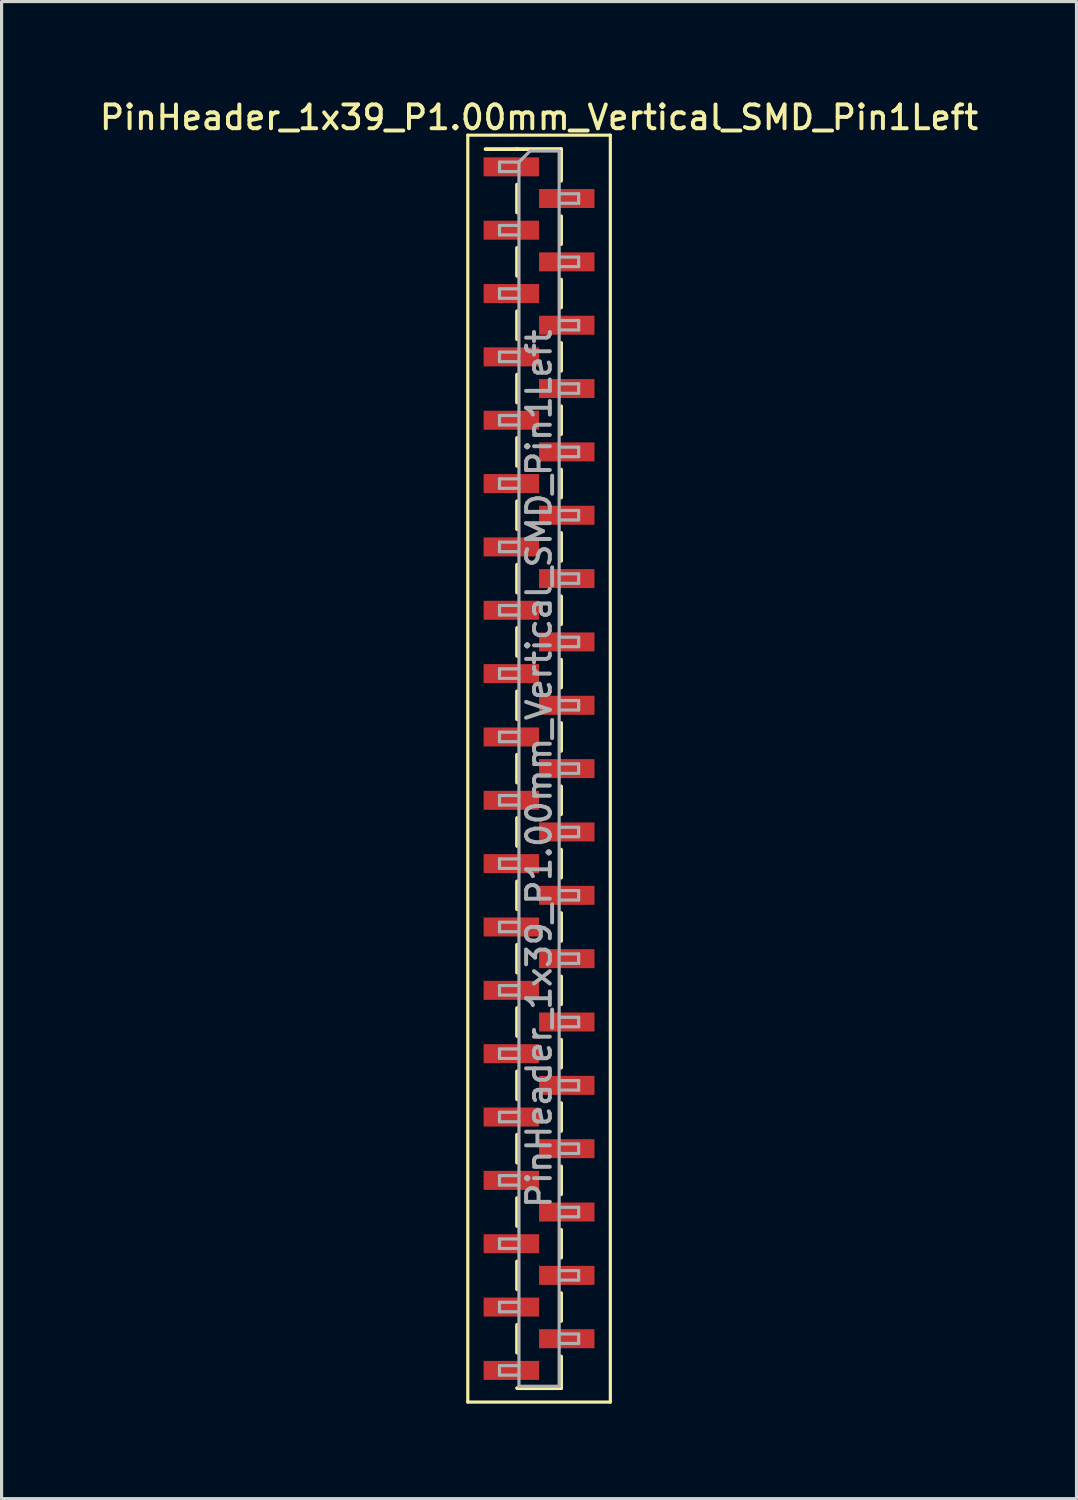
<source format=kicad_pcb>
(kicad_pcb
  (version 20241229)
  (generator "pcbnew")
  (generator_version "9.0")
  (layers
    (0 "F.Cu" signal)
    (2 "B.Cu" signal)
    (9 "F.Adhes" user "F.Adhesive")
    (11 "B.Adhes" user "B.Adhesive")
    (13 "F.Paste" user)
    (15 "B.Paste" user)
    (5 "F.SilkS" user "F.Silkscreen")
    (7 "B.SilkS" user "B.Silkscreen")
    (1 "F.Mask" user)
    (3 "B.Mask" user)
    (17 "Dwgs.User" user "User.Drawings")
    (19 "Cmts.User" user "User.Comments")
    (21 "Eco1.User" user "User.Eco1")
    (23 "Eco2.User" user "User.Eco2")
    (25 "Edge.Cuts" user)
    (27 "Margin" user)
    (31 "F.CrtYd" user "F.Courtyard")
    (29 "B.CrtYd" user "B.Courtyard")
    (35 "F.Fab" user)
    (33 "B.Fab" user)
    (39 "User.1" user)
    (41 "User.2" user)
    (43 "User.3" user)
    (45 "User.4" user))
  (footprint "PinHeader_1x39_P1.00mm_Vertical_SMD_Pin1Left"
    (layer "F.Cu")
    (at 13.97 21.218)
    (property "Reference" "PinHeader_1x39_P1.00mm_Vertical_SMD_Pin1Left" (at 0 -20.56 0) (layer "F.SilkS") (effects (font (size 0.75 0.75) (thickness 0.125))))
    (attr smd)
    (fp_line (start -2.25 -20) (end -2.25 20) (stroke (width 0.1) (type solid)) (layer "F.SilkS"))
    (fp_line (start -2.25 20) (end 2.25 20) (stroke (width 0.1) (type solid)) (layer "F.SilkS"))
    (fp_line (start -0.695 -19.56) (end -1.69 -19.56) (stroke (width 0.12) (type solid)) (layer "F.SilkS"))
    (fp_line (start -0.695 -19.56) (end -0.695 -19.56) (stroke (width 0.12) (type solid)) (layer "F.SilkS"))
    (fp_line (start -0.695 -19.56) (end 0.695 -19.56) (stroke (width 0.12) (type solid)) (layer "F.SilkS"))
    (fp_line (start -0.695 -18.44) (end -0.695 -17.56) (stroke (width 0.12) (type solid)) (layer "F.SilkS"))
    (fp_line (start -0.695 -16.44) (end -0.695 -15.56) (stroke (width 0.12) (type solid)) (layer "F.SilkS"))
    (fp_line (start -0.695 -14.44) (end -0.695 -13.56) (stroke (width 0.12) (type solid)) (layer "F.SilkS"))
    (fp_line (start -0.695 -12.44) (end -0.695 -11.56) (stroke (width 0.12) (type solid)) (layer "F.SilkS"))
    (fp_line (start -0.695 -10.44) (end -0.695 -9.56) (stroke (width 0.12) (type solid)) (layer "F.SilkS"))
    (fp_line (start -0.695 -8.44) (end -0.695 -7.56) (stroke (width 0.12) (type solid)) (layer "F.SilkS"))
    (fp_line (start -0.695 -6.44) (end -0.695 -5.56) (stroke (width 0.12) (type solid)) (layer "F.SilkS"))
    (fp_line (start -0.695 -4.44) (end -0.695 -3.56) (stroke (width 0.12) (type solid)) (layer "F.SilkS"))
    (fp_line (start -0.695 -2.44) (end -0.695 -1.56) (stroke (width 0.12) (type solid)) (layer "F.SilkS"))
    (fp_line (start -0.695 -0.44) (end -0.695 0.44) (stroke (width 0.12) (type solid)) (layer "F.SilkS"))
    (fp_line (start -0.695 1.56) (end -0.695 2.44) (stroke (width 0.12) (type solid)) (layer "F.SilkS"))
    (fp_line (start -0.695 3.56) (end -0.695 4.44) (stroke (width 0.12) (type solid)) (layer "F.SilkS"))
    (fp_line (start -0.695 5.56) (end -0.695 6.44) (stroke (width 0.12) (type solid)) (layer "F.SilkS"))
    (fp_line (start -0.695 7.56) (end -0.695 8.44) (stroke (width 0.12) (type solid)) (layer "F.SilkS"))
    (fp_line (start -0.695 9.56) (end -0.695 10.44) (stroke (width 0.12) (type solid)) (layer "F.SilkS"))
    (fp_line (start -0.695 11.56) (end -0.695 12.44) (stroke (width 0.12) (type solid)) (layer "F.SilkS"))
    (fp_line (start -0.695 13.56) (end -0.695 14.44) (stroke (width 0.12) (type solid)) (layer "F.SilkS"))
    (fp_line (start -0.695 15.56) (end -0.695 16.44) (stroke (width 0.12) (type solid)) (layer "F.SilkS"))
    (fp_line (start -0.695 17.56) (end -0.695 18.44) (stroke (width 0.12) (type solid)) (layer "F.SilkS"))
    (fp_line (start -0.695 19.56) (end 0.695 19.56) (stroke (width 0.12) (type solid)) (layer "F.SilkS"))
    (fp_line (start 0.695 -19.56) (end 0.695 -18.56) (stroke (width 0.12) (type solid)) (layer "F.SilkS"))
    (fp_line (start 0.695 -17.44) (end 0.695 -16.56) (stroke (width 0.12) (type solid)) (layer "F.SilkS"))
    (fp_line (start 0.695 -15.44) (end 0.695 -14.56) (stroke (width 0.12) (type solid)) (layer "F.SilkS"))
    (fp_line (start 0.695 -13.44) (end 0.695 -12.56) (stroke (width 0.12) (type solid)) (layer "F.SilkS"))
    (fp_line (start 0.695 -11.44) (end 0.695 -10.56) (stroke (width 0.12) (type solid)) (layer "F.SilkS"))
    (fp_line (start 0.695 -9.44) (end 0.695 -8.56) (stroke (width 0.12) (type solid)) (layer "F.SilkS"))
    (fp_line (start 0.695 -7.44) (end 0.695 -6.56) (stroke (width 0.12) (type solid)) (layer "F.SilkS"))
    (fp_line (start 0.695 -5.44) (end 0.695 -4.56) (stroke (width 0.12) (type solid)) (layer "F.SilkS"))
    (fp_line (start 0.695 -3.44) (end 0.695 -2.56) (stroke (width 0.12) (type solid)) (layer "F.SilkS"))
    (fp_line (start 0.695 -1.44) (end 0.695 -0.56) (stroke (width 0.12) (type solid)) (layer "F.SilkS"))
    (fp_line (start 0.695 0.56) (end 0.695 1.44) (stroke (width 0.12) (type solid)) (layer "F.SilkS"))
    (fp_line (start 0.695 2.56) (end 0.695 3.44) (stroke (width 0.12) (type solid)) (layer "F.SilkS"))
    (fp_line (start 0.695 4.56) (end 0.695 5.44) (stroke (width 0.12) (type solid)) (layer "F.SilkS"))
    (fp_line (start 0.695 6.56) (end 0.695 7.44) (stroke (width 0.12) (type solid)) (layer "F.SilkS"))
    (fp_line (start 0.695 8.56) (end 0.695 9.44) (stroke (width 0.12) (type solid)) (layer "F.SilkS"))
    (fp_line (start 0.695 10.56) (end 0.695 11.44) (stroke (width 0.12) (type solid)) (layer "F.SilkS"))
    (fp_line (start 0.695 12.56) (end 0.695 13.44) (stroke (width 0.12) (type solid)) (layer "F.SilkS"))
    (fp_line (start 0.695 14.56) (end 0.695 15.44) (stroke (width 0.12) (type solid)) (layer "F.SilkS"))
    (fp_line (start 0.695 16.56) (end 0.695 17.44) (stroke (width 0.12) (type solid)) (layer "F.SilkS"))
    (fp_line (start 0.695 18.56) (end 0.695 19.56) (stroke (width 0.12) (type solid)) (layer "F.SilkS"))
    (fp_line (start 0.695 19.56) (end 0.695 19.56) (stroke (width 0.12) (type solid)) (layer "F.SilkS"))
    (fp_line (start 2.25 -20) (end -2.25 -20) (stroke (width 0.1) (type solid)) (layer "F.SilkS"))
    (fp_line (start 2.25 20) (end 2.25 -20) (stroke (width 0.1) (type solid)) (layer "F.SilkS"))
    (fp_line (start -1.25 -19.15) (end -1.25 -18.85) (stroke (width 0.1) (type solid)) (layer "F.Fab"))
    (fp_line (start -1.25 -18.85) (end -0.635 -18.85) (stroke (width 0.1) (type solid)) (layer "F.Fab"))
    (fp_line (start -1.25 -17.15) (end -1.25 -16.85) (stroke (width 0.1) (type solid)) (layer "F.Fab"))
    (fp_line (start -1.25 -16.85) (end -0.635 -16.85) (stroke (width 0.1) (type solid)) (layer "F.Fab"))
    (fp_line (start -1.25 -15.15) (end -1.25 -14.85) (stroke (width 0.1) (type solid)) (layer "F.Fab"))
    (fp_line (start -1.25 -14.85) (end -0.635 -14.85) (stroke (width 0.1) (type solid)) (layer "F.Fab"))
    (fp_line (start -1.25 -13.15) (end -1.25 -12.85) (stroke (width 0.1) (type solid)) (layer "F.Fab"))
    (fp_line (start -1.25 -12.85) (end -0.635 -12.85) (stroke (width 0.1) (type solid)) (layer "F.Fab"))
    (fp_line (start -1.25 -11.15) (end -1.25 -10.85) (stroke (width 0.1) (type solid)) (layer "F.Fab"))
    (fp_line (start -1.25 -10.85) (end -0.635 -10.85) (stroke (width 0.1) (type solid)) (layer "F.Fab"))
    (fp_line (start -1.25 -9.15) (end -1.25 -8.85) (stroke (width 0.1) (type solid)) (layer "F.Fab"))
    (fp_line (start -1.25 -8.85) (end -0.635 -8.85) (stroke (width 0.1) (type solid)) (layer "F.Fab"))
    (fp_line (start -1.25 -7.15) (end -1.25 -6.85) (stroke (width 0.1) (type solid)) (layer "F.Fab"))
    (fp_line (start -1.25 -6.85) (end -0.635 -6.85) (stroke (width 0.1) (type solid)) (layer "F.Fab"))
    (fp_line (start -1.25 -5.15) (end -1.25 -4.85) (stroke (width 0.1) (type solid)) (layer "F.Fab"))
    (fp_line (start -1.25 -4.85) (end -0.635 -4.85) (stroke (width 0.1) (type solid)) (layer "F.Fab"))
    (fp_line (start -1.25 -3.15) (end -1.25 -2.85) (stroke (width 0.1) (type solid)) (layer "F.Fab"))
    (fp_line (start -1.25 -2.85) (end -0.635 -2.85) (stroke (width 0.1) (type solid)) (layer "F.Fab"))
    (fp_line (start -1.25 -1.15) (end -1.25 -0.85) (stroke (width 0.1) (type solid)) (layer "F.Fab"))
    (fp_line (start -1.25 -0.85) (end -0.635 -0.85) (stroke (width 0.1) (type solid)) (layer "F.Fab"))
    (fp_line (start -1.25 0.85) (end -1.25 1.15) (stroke (width 0.1) (type solid)) (layer "F.Fab"))
    (fp_line (start -1.25 1.15) (end -0.635 1.15) (stroke (width 0.1) (type solid)) (layer "F.Fab"))
    (fp_line (start -1.25 2.85) (end -1.25 3.15) (stroke (width 0.1) (type solid)) (layer "F.Fab"))
    (fp_line (start -1.25 3.15) (end -0.635 3.15) (stroke (width 0.1) (type solid)) (layer "F.Fab"))
    (fp_line (start -1.25 4.85) (end -1.25 5.15) (stroke (width 0.1) (type solid)) (layer "F.Fab"))
    (fp_line (start -1.25 5.15) (end -0.635 5.15) (stroke (width 0.1) (type solid)) (layer "F.Fab"))
    (fp_line (start -1.25 6.85) (end -1.25 7.15) (stroke (width 0.1) (type solid)) (layer "F.Fab"))
    (fp_line (start -1.25 7.15) (end -0.635 7.15) (stroke (width 0.1) (type solid)) (layer "F.Fab"))
    (fp_line (start -1.25 8.85) (end -1.25 9.15) (stroke (width 0.1) (type solid)) (layer "F.Fab"))
    (fp_line (start -1.25 9.15) (end -0.635 9.15) (stroke (width 0.1) (type solid)) (layer "F.Fab"))
    (fp_line (start -1.25 10.85) (end -1.25 11.15) (stroke (width 0.1) (type solid)) (layer "F.Fab"))
    (fp_line (start -1.25 11.15) (end -0.635 11.15) (stroke (width 0.1) (type solid)) (layer "F.Fab"))
    (fp_line (start -1.25 12.85) (end -1.25 13.15) (stroke (width 0.1) (type solid)) (layer "F.Fab"))
    (fp_line (start -1.25 13.15) (end -0.635 13.15) (stroke (width 0.1) (type solid)) (layer "F.Fab"))
    (fp_line (start -1.25 14.85) (end -1.25 15.15) (stroke (width 0.1) (type solid)) (layer "F.Fab"))
    (fp_line (start -1.25 15.15) (end -0.635 15.15) (stroke (width 0.1) (type solid)) (layer "F.Fab"))
    (fp_line (start -1.25 16.85) (end -1.25 17.15) (stroke (width 0.1) (type solid)) (layer "F.Fab"))
    (fp_line (start -1.25 17.15) (end -0.635 17.15) (stroke (width 0.1) (type solid)) (layer "F.Fab"))
    (fp_line (start -1.25 18.85) (end -1.25 19.15) (stroke (width 0.1) (type solid)) (layer "F.Fab"))
    (fp_line (start -1.25 19.15) (end -0.635 19.15) (stroke (width 0.1) (type solid)) (layer "F.Fab"))
    (fp_line (start -0.635 -19.15) (end -1.25 -19.15) (stroke (width 0.1) (type solid)) (layer "F.Fab"))
    (fp_line (start -0.635 -19.15) (end -0.285 -19.5) (stroke (width 0.1) (type solid)) (layer "F.Fab"))
    (fp_line (start -0.635 -17.15) (end -1.25 -17.15) (stroke (width 0.1) (type solid)) (layer "F.Fab"))
    (fp_line (start -0.635 -15.15) (end -1.25 -15.15) (stroke (width 0.1) (type solid)) (layer "F.Fab"))
    (fp_line (start -0.635 -13.15) (end -1.25 -13.15) (stroke (width 0.1) (type solid)) (layer "F.Fab"))
    (fp_line (start -0.635 -11.15) (end -1.25 -11.15) (stroke (width 0.1) (type solid)) (layer "F.Fab"))
    (fp_line (start -0.635 -9.15) (end -1.25 -9.15) (stroke (width 0.1) (type solid)) (layer "F.Fab"))
    (fp_line (start -0.635 -7.15) (end -1.25 -7.15) (stroke (width 0.1) (type solid)) (layer "F.Fab"))
    (fp_line (start -0.635 -5.15) (end -1.25 -5.15) (stroke (width 0.1) (type solid)) (layer "F.Fab"))
    (fp_line (start -0.635 -3.15) (end -1.25 -3.15) (stroke (width 0.1) (type solid)) (layer "F.Fab"))
    (fp_line (start -0.635 -1.15) (end -1.25 -1.15) (stroke (width 0.1) (type solid)) (layer "F.Fab"))
    (fp_line (start -0.635 0.85) (end -1.25 0.85) (stroke (width 0.1) (type solid)) (layer "F.Fab"))
    (fp_line (start -0.635 2.85) (end -1.25 2.85) (stroke (width 0.1) (type solid)) (layer "F.Fab"))
    (fp_line (start -0.635 4.85) (end -1.25 4.85) (stroke (width 0.1) (type solid)) (layer "F.Fab"))
    (fp_line (start -0.635 6.85) (end -1.25 6.85) (stroke (width 0.1) (type solid)) (layer "F.Fab"))
    (fp_line (start -0.635 8.85) (end -1.25 8.85) (stroke (width 0.1) (type solid)) (layer "F.Fab"))
    (fp_line (start -0.635 10.85) (end -1.25 10.85) (stroke (width 0.1) (type solid)) (layer "F.Fab"))
    (fp_line (start -0.635 12.85) (end -1.25 12.85) (stroke (width 0.1) (type solid)) (layer "F.Fab"))
    (fp_line (start -0.635 14.85) (end -1.25 14.85) (stroke (width 0.1) (type solid)) (layer "F.Fab"))
    (fp_line (start -0.635 16.85) (end -1.25 16.85) (stroke (width 0.1) (type solid)) (layer "F.Fab"))
    (fp_line (start -0.635 18.85) (end -1.25 18.85) (stroke (width 0.1) (type solid)) (layer "F.Fab"))
    (fp_line (start -0.635 19.5) (end -0.635 -19.15) (stroke (width 0.1) (type solid)) (layer "F.Fab"))
    (fp_line (start -0.285 -19.5) (end 0.635 -19.5) (stroke (width 0.1) (type solid)) (layer "F.Fab"))
    (fp_line (start 0.635 -19.5) (end 0.635 19.5) (stroke (width 0.1) (type solid)) (layer "F.Fab"))
    (fp_line (start 0.635 -18.15) (end 1.25 -18.15) (stroke (width 0.1) (type solid)) (layer "F.Fab"))
    (fp_line (start 0.635 -16.15) (end 1.25 -16.15) (stroke (width 0.1) (type solid)) (layer "F.Fab"))
    (fp_line (start 0.635 -14.15) (end 1.25 -14.15) (stroke (width 0.1) (type solid)) (layer "F.Fab"))
    (fp_line (start 0.635 -12.15) (end 1.25 -12.15) (stroke (width 0.1) (type solid)) (layer "F.Fab"))
    (fp_line (start 0.635 -10.15) (end 1.25 -10.15) (stroke (width 0.1) (type solid)) (layer "F.Fab"))
    (fp_line (start 0.635 -8.15) (end 1.25 -8.15) (stroke (width 0.1) (type solid)) (layer "F.Fab"))
    (fp_line (start 0.635 -6.15) (end 1.25 -6.15) (stroke (width 0.1) (type solid)) (layer "F.Fab"))
    (fp_line (start 0.635 -4.15) (end 1.25 -4.15) (stroke (width 0.1) (type solid)) (layer "F.Fab"))
    (fp_line (start 0.635 -2.15) (end 1.25 -2.15) (stroke (width 0.1) (type solid)) (layer "F.Fab"))
    (fp_line (start 0.635 -0.15) (end 1.25 -0.15) (stroke (width 0.1) (type solid)) (layer "F.Fab"))
    (fp_line (start 0.635 1.85) (end 1.25 1.85) (stroke (width 0.1) (type solid)) (layer "F.Fab"))
    (fp_line (start 0.635 3.85) (end 1.25 3.85) (stroke (width 0.1) (type solid)) (layer "F.Fab"))
    (fp_line (start 0.635 5.85) (end 1.25 5.85) (stroke (width 0.1) (type solid)) (layer "F.Fab"))
    (fp_line (start 0.635 7.85) (end 1.25 7.85) (stroke (width 0.1) (type solid)) (layer "F.Fab"))
    (fp_line (start 0.635 9.85) (end 1.25 9.85) (stroke (width 0.1) (type solid)) (layer "F.Fab"))
    (fp_line (start 0.635 11.85) (end 1.25 11.85) (stroke (width 0.1) (type solid)) (layer "F.Fab"))
    (fp_line (start 0.635 13.85) (end 1.25 13.85) (stroke (width 0.1) (type solid)) (layer "F.Fab"))
    (fp_line (start 0.635 15.85) (end 1.25 15.85) (stroke (width 0.1) (type solid)) (layer "F.Fab"))
    (fp_line (start 0.635 17.85) (end 1.25 17.85) (stroke (width 0.1) (type solid)) (layer "F.Fab"))
    (fp_line (start 0.635 19.5) (end -0.635 19.5) (stroke (width 0.1) (type solid)) (layer "F.Fab"))
    (fp_line (start 1.25 -18.15) (end 1.25 -17.85) (stroke (width 0.1) (type solid)) (layer "F.Fab"))
    (fp_line (start 1.25 -17.85) (end 0.635 -17.85) (stroke (width 0.1) (type solid)) (layer "F.Fab"))
    (fp_line (start 1.25 -16.15) (end 1.25 -15.85) (stroke (width 0.1) (type solid)) (layer "F.Fab"))
    (fp_line (start 1.25 -15.85) (end 0.635 -15.85) (stroke (width 0.1) (type solid)) (layer "F.Fab"))
    (fp_line (start 1.25 -14.15) (end 1.25 -13.85) (stroke (width 0.1) (type solid)) (layer "F.Fab"))
    (fp_line (start 1.25 -13.85) (end 0.635 -13.85) (stroke (width 0.1) (type solid)) (layer "F.Fab"))
    (fp_line (start 1.25 -12.15) (end 1.25 -11.85) (stroke (width 0.1) (type solid)) (layer "F.Fab"))
    (fp_line (start 1.25 -11.85) (end 0.635 -11.85) (stroke (width 0.1) (type solid)) (layer "F.Fab"))
    (fp_line (start 1.25 -10.15) (end 1.25 -9.85) (stroke (width 0.1) (type solid)) (layer "F.Fab"))
    (fp_line (start 1.25 -9.85) (end 0.635 -9.85) (stroke (width 0.1) (type solid)) (layer "F.Fab"))
    (fp_line (start 1.25 -8.15) (end 1.25 -7.85) (stroke (width 0.1) (type solid)) (layer "F.Fab"))
    (fp_line (start 1.25 -7.85) (end 0.635 -7.85) (stroke (width 0.1) (type solid)) (layer "F.Fab"))
    (fp_line (start 1.25 -6.15) (end 1.25 -5.85) (stroke (width 0.1) (type solid)) (layer "F.Fab"))
    (fp_line (start 1.25 -5.85) (end 0.635 -5.85) (stroke (width 0.1) (type solid)) (layer "F.Fab"))
    (fp_line (start 1.25 -4.15) (end 1.25 -3.85) (stroke (width 0.1) (type solid)) (layer "F.Fab"))
    (fp_line (start 1.25 -3.85) (end 0.635 -3.85) (stroke (width 0.1) (type solid)) (layer "F.Fab"))
    (fp_line (start 1.25 -2.15) (end 1.25 -1.85) (stroke (width 0.1) (type solid)) (layer "F.Fab"))
    (fp_line (start 1.25 -1.85) (end 0.635 -1.85) (stroke (width 0.1) (type solid)) (layer "F.Fab"))
    (fp_line (start 1.25 -0.15) (end 1.25 0.15) (stroke (width 0.1) (type solid)) (layer "F.Fab"))
    (fp_line (start 1.25 0.15) (end 0.635 0.15) (stroke (width 0.1) (type solid)) (layer "F.Fab"))
    (fp_line (start 1.25 1.85) (end 1.25 2.15) (stroke (width 0.1) (type solid)) (layer "F.Fab"))
    (fp_line (start 1.25 2.15) (end 0.635 2.15) (stroke (width 0.1) (type solid)) (layer "F.Fab"))
    (fp_line (start 1.25 3.85) (end 1.25 4.15) (stroke (width 0.1) (type solid)) (layer "F.Fab"))
    (fp_line (start 1.25 4.15) (end 0.635 4.15) (stroke (width 0.1) (type solid)) (layer "F.Fab"))
    (fp_line (start 1.25 5.85) (end 1.25 6.15) (stroke (width 0.1) (type solid)) (layer "F.Fab"))
    (fp_line (start 1.25 6.15) (end 0.635 6.15) (stroke (width 0.1) (type solid)) (layer "F.Fab"))
    (fp_line (start 1.25 7.85) (end 1.25 8.15) (stroke (width 0.1) (type solid)) (layer "F.Fab"))
    (fp_line (start 1.25 8.15) (end 0.635 8.15) (stroke (width 0.1) (type solid)) (layer "F.Fab"))
    (fp_line (start 1.25 9.85) (end 1.25 10.15) (stroke (width 0.1) (type solid)) (layer "F.Fab"))
    (fp_line (start 1.25 10.15) (end 0.635 10.15) (stroke (width 0.1) (type solid)) (layer "F.Fab"))
    (fp_line (start 1.25 11.85) (end 1.25 12.15) (stroke (width 0.1) (type solid)) (layer "F.Fab"))
    (fp_line (start 1.25 12.15) (end 0.635 12.15) (stroke (width 0.1) (type solid)) (layer "F.Fab"))
    (fp_line (start 1.25 13.85) (end 1.25 14.15) (stroke (width 0.1) (type solid)) (layer "F.Fab"))
    (fp_line (start 1.25 14.15) (end 0.635 14.15) (stroke (width 0.1) (type solid)) (layer "F.Fab"))
    (fp_line (start 1.25 15.85) (end 1.25 16.15) (stroke (width 0.1) (type solid)) (layer "F.Fab"))
    (fp_line (start 1.25 16.15) (end 0.635 16.15) (stroke (width 0.1) (type solid)) (layer "F.Fab"))
    (fp_line (start 1.25 17.85) (end 1.25 18.15) (stroke (width 0.1) (type solid)) (layer "F.Fab"))
    (fp_line (start 1.25 18.15) (end 0.635 18.15) (stroke (width 0.1) (type solid)) (layer "F.Fab"))
    (fp_text user "${REFERENCE}" (at 0 0 90) (layer "F.Fab") (effects (font (size 0.75 0.75) (thickness 0.125))))
    (pad "1" smd rect (at -0.875 -19) (size 1.75 0.6) (layers "F.Cu" "F.Mask" "F.Paste"))
    (pad "2" smd rect (at 0.875 -18) (size 1.75 0.6) (layers "F.Cu" "F.Mask" "F.Paste"))
    (pad "3" smd rect (at -0.875 -17) (size 1.75 0.6) (layers "F.Cu" "F.Mask" "F.Paste"))
    (pad "4" smd rect (at 0.875 -16) (size 1.75 0.6) (layers "F.Cu" "F.Mask" "F.Paste"))
    (pad "5" smd rect (at -0.875 -15) (size 1.75 0.6) (layers "F.Cu" "F.Mask" "F.Paste"))
    (pad "6" smd rect (at 0.875 -14) (size 1.75 0.6) (layers "F.Cu" "F.Mask" "F.Paste"))
    (pad "7" smd rect (at -0.875 -13) (size 1.75 0.6) (layers "F.Cu" "F.Mask" "F.Paste"))
    (pad "8" smd rect (at 0.875 -12) (size 1.75 0.6) (layers "F.Cu" "F.Mask" "F.Paste"))
    (pad "9" smd rect (at -0.875 -11) (size 1.75 0.6) (layers "F.Cu" "F.Mask" "F.Paste"))
    (pad "10" smd rect (at 0.875 -10) (size 1.75 0.6) (layers "F.Cu" "F.Mask" "F.Paste"))
    (pad "11" smd rect (at -0.875 -9) (size 1.75 0.6) (layers "F.Cu" "F.Mask" "F.Paste"))
    (pad "12" smd rect (at 0.875 -8) (size 1.75 0.6) (layers "F.Cu" "F.Mask" "F.Paste"))
    (pad "13" smd rect (at -0.875 -7) (size 1.75 0.6) (layers "F.Cu" "F.Mask" "F.Paste"))
    (pad "14" smd rect (at 0.875 -6) (size 1.75 0.6) (layers "F.Cu" "F.Mask" "F.Paste"))
    (pad "15" smd rect (at -0.875 -5) (size 1.75 0.6) (layers "F.Cu" "F.Mask" "F.Paste"))
    (pad "16" smd rect (at 0.875 -4) (size 1.75 0.6) (layers "F.Cu" "F.Mask" "F.Paste"))
    (pad "17" smd rect (at -0.875 -3) (size 1.75 0.6) (layers "F.Cu" "F.Mask" "F.Paste"))
    (pad "18" smd rect (at 0.875 -2) (size 1.75 0.6) (layers "F.Cu" "F.Mask" "F.Paste"))
    (pad "19" smd rect (at -0.875 -1) (size 1.75 0.6) (layers "F.Cu" "F.Mask" "F.Paste"))
    (pad "20" smd rect (at 0.875 0) (size 1.75 0.6) (layers "F.Cu" "F.Mask" "F.Paste"))
    (pad "21" smd rect (at -0.875 1) (size 1.75 0.6) (layers "F.Cu" "F.Mask" "F.Paste"))
    (pad "22" smd rect (at 0.875 2) (size 1.75 0.6) (layers "F.Cu" "F.Mask" "F.Paste"))
    (pad "23" smd rect (at -0.875 3) (size 1.75 0.6) (layers "F.Cu" "F.Mask" "F.Paste"))
    (pad "24" smd rect (at 0.875 4) (size 1.75 0.6) (layers "F.Cu" "F.Mask" "F.Paste"))
    (pad "25" smd rect (at -0.875 5) (size 1.75 0.6) (layers "F.Cu" "F.Mask" "F.Paste"))
    (pad "26" smd rect (at 0.875 6) (size 1.75 0.6) (layers "F.Cu" "F.Mask" "F.Paste"))
    (pad "27" smd rect (at -0.875 7) (size 1.75 0.6) (layers "F.Cu" "F.Mask" "F.Paste"))
    (pad "28" smd rect (at 0.875 8) (size 1.75 0.6) (layers "F.Cu" "F.Mask" "F.Paste"))
    (pad "29" smd rect (at -0.875 9) (size 1.75 0.6) (layers "F.Cu" "F.Mask" "F.Paste"))
    (pad "30" smd rect (at 0.875 10) (size 1.75 0.6) (layers "F.Cu" "F.Mask" "F.Paste"))
    (pad "31" smd rect (at -0.875 11) (size 1.75 0.6) (layers "F.Cu" "F.Mask" "F.Paste"))
    (pad "32" smd rect (at 0.875 12) (size 1.75 0.6) (layers "F.Cu" "F.Mask" "F.Paste"))
    (pad "33" smd rect (at -0.875 13) (size 1.75 0.6) (layers "F.Cu" "F.Mask" "F.Paste"))
    (pad "34" smd rect (at 0.875 14) (size 1.75 0.6) (layers "F.Cu" "F.Mask" "F.Paste"))
    (pad "35" smd rect (at -0.875 15) (size 1.75 0.6) (layers "F.Cu" "F.Mask" "F.Paste"))
    (pad "36" smd rect (at 0.875 16) (size 1.75 0.6) (layers "F.Cu" "F.Mask" "F.Paste"))
    (pad "37" smd rect (at -0.875 17) (size 1.75 0.6) (layers "F.Cu" "F.Mask" "F.Paste"))
    (pad "38" smd rect (at 0.875 18) (size 1.75 0.6) (layers "F.Cu" "F.Mask" "F.Paste"))
    (pad "39" smd rect (at -0.875 19) (size 1.75 0.6) (layers "F.Cu" "F.Mask" "F.Paste")))
  (gr_rect
    (start -3 -3)
    (end 30.939 44.268)
    (stroke (width 0.1) (type default))
    (fill no)
    (layer "Edge.Cuts")))
</source>
